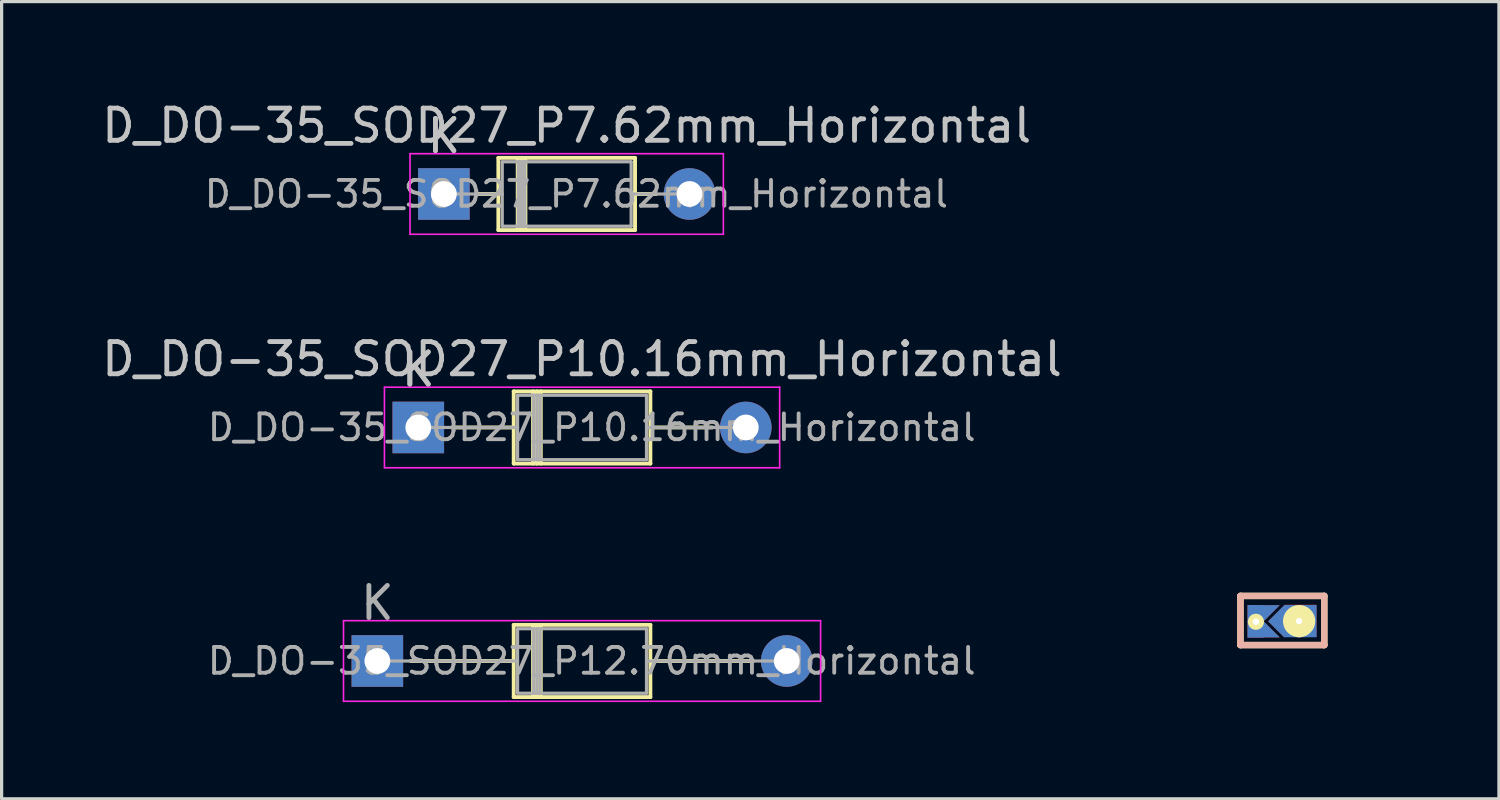
<source format=kicad_pcb>
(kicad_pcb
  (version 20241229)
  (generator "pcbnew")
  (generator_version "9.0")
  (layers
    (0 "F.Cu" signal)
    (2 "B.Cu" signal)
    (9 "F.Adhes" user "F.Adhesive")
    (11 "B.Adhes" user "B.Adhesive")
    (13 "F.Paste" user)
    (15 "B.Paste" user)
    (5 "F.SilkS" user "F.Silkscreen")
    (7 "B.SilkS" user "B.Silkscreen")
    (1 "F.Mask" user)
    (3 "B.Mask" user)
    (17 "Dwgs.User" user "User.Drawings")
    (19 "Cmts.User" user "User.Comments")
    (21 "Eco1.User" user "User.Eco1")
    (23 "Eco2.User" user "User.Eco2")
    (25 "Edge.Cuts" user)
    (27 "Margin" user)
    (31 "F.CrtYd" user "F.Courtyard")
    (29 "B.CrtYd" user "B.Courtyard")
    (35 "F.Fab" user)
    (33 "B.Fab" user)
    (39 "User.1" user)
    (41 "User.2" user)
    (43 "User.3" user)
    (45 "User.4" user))
  (footprint "D_DO-35_SOD27_P12.70mm_Horizontal"
    (layer "F.Cu")
    (at 8.656 17.455)
    (property "Reference" "D_DO-35_SOD27_P12.70mm_Horizontal" (at 6.35 -2.12 0) (layer "User.1") (effects (font (size 1 1) (thickness 0.15))))
    (attr through_hole)
    (fp_line (start 1.04 0) (end 4.23 0) (stroke (width 0.12) (type solid)) (layer "F.SilkS"))
    (fp_line (start 4.23 -1.12) (end 4.23 1.12) (stroke (width 0.12) (type solid)) (layer "F.SilkS"))
    (fp_line (start 4.23 1.12) (end 8.47 1.12) (stroke (width 0.12) (type solid)) (layer "F.SilkS"))
    (fp_line (start 4.83 -1.12) (end 4.83 1.12) (stroke (width 0.12) (type solid)) (layer "F.SilkS"))
    (fp_line (start 4.95 -1.12) (end 4.95 1.12) (stroke (width 0.12) (type solid)) (layer "F.SilkS"))
    (fp_line (start 5.07 -1.12) (end 5.07 1.12) (stroke (width 0.12) (type solid)) (layer "F.SilkS"))
    (fp_line (start 8.47 -1.12) (end 4.23 -1.12) (stroke (width 0.12) (type solid)) (layer "F.SilkS"))
    (fp_line (start 8.47 1.12) (end 8.47 -1.12) (stroke (width 0.12) (type solid)) (layer "F.SilkS"))
    (fp_line (start 11.66 0) (end 8.47 0) (stroke (width 0.12) (type solid)) (layer "F.SilkS"))
    (fp_line (start -1.05 -1.25) (end -1.05 1.25) (stroke (width 0.05) (type solid)) (layer "F.CrtYd"))
    (fp_line (start -1.05 1.25) (end 13.75 1.25) (stroke (width 0.05) (type solid)) (layer "F.CrtYd"))
    (fp_line (start 13.75 -1.25) (end -1.05 -1.25) (stroke (width 0.05) (type solid)) (layer "F.CrtYd"))
    (fp_line (start 13.75 1.25) (end 13.75 -1.25) (stroke (width 0.05) (type solid)) (layer "F.CrtYd"))
    (fp_line (start 0 0) (end 4.35 0) (stroke (width 0.1) (type solid)) (layer "F.Fab"))
    (fp_line (start 4.35 -1) (end 4.35 1) (stroke (width 0.1) (type solid)) (layer "F.Fab"))
    (fp_line (start 4.35 1) (end 8.35 1) (stroke (width 0.1) (type solid)) (layer "F.Fab"))
    (fp_line (start 4.85 -1) (end 4.85 1) (stroke (width 0.1) (type solid)) (layer "F.Fab"))
    (fp_line (start 4.95 -1) (end 4.95 1) (stroke (width 0.1) (type solid)) (layer "F.Fab"))
    (fp_line (start 5.05 -1) (end 5.05 1) (stroke (width 0.1) (type solid)) (layer "F.Fab"))
    (fp_line (start 8.35 -1) (end 4.35 -1) (stroke (width 0.1) (type solid)) (layer "F.Fab"))
    (fp_line (start 8.35 1) (end 8.35 -1) (stroke (width 0.1) (type solid)) (layer "F.Fab"))
    (fp_line (start 12.7 0) (end 8.35 0) (stroke (width 0.1) (type solid)) (layer "F.Fab"))
    (fp_text user "${REFERENCE}" (at 6.65 0 0) (layer "F.Fab") (effects (font (size 0.8 0.8) (thickness 0.12))))
    (fp_text user "K" (at 0 -1.8 0) (layer "F.Fab") (effects (font (size 1 1) (thickness 0.15))))
    (fp_text user "K" (at 0 -1.8 0) (layer "User.1") (effects (font (size 1 1) (thickness 0.15))))
    (pad "1" thru_hole rect (at 0 0) (size 1.6 1.6) (drill 0.8) (layers "*.Cu" "*.Mask"))
    (pad "2" thru_hole oval (at 12.7 0) (size 1.6 1.6) (drill 0.8) (layers "*.Cu" "*.Mask")))
  (footprint "D_DO-35_SOD27_P7.62mm_Horizontal"
    (layer "F.Cu")
    (at 10.72 2.968)
    (property "Reference" "D_DO-35_SOD27_P7.62mm_Horizontal" (at 3.81 -2.12 0) (layer "Dwgs.User") (effects (font (size 1 1) (thickness 0.15))))
    (attr through_hole)
    (fp_line (start 1.04 0) (end 1.69 0) (stroke (width 0.12) (type solid)) (layer "F.SilkS"))
    (fp_line (start 1.69 -1.12) (end 1.69 1.12) (stroke (width 0.12) (type solid)) (layer "F.SilkS"))
    (fp_line (start 1.69 1.12) (end 5.93 1.12) (stroke (width 0.12) (type solid)) (layer "F.SilkS"))
    (fp_line (start 2.29 -1.12) (end 2.29 1.12) (stroke (width 0.12) (type solid)) (layer "F.SilkS"))
    (fp_line (start 2.41 -1.12) (end 2.41 1.12) (stroke (width 0.12) (type solid)) (layer "F.SilkS"))
    (fp_line (start 2.53 -1.12) (end 2.53 1.12) (stroke (width 0.12) (type solid)) (layer "F.SilkS"))
    (fp_line (start 5.93 -1.12) (end 1.69 -1.12) (stroke (width 0.12) (type solid)) (layer "F.SilkS"))
    (fp_line (start 5.93 1.12) (end 5.93 -1.12) (stroke (width 0.12) (type solid)) (layer "F.SilkS"))
    (fp_line (start 6.58 0) (end 5.93 0) (stroke (width 0.12) (type solid)) (layer "F.SilkS"))
    (fp_line (start -1.05 -1.25) (end -1.05 1.25) (stroke (width 0.05) (type solid)) (layer "F.CrtYd"))
    (fp_line (start -1.05 1.25) (end 8.67 1.25) (stroke (width 0.05) (type solid)) (layer "F.CrtYd"))
    (fp_line (start 8.67 -1.25) (end -1.05 -1.25) (stroke (width 0.05) (type solid)) (layer "F.CrtYd"))
    (fp_line (start 8.67 1.25) (end 8.67 -1.25) (stroke (width 0.05) (type solid)) (layer "F.CrtYd"))
    (fp_line (start 0 0) (end 1.81 0) (stroke (width 0.1) (type solid)) (layer "F.Fab"))
    (fp_line (start 1.81 -1) (end 1.81 1) (stroke (width 0.1) (type solid)) (layer "F.Fab"))
    (fp_line (start 1.81 1) (end 5.81 1) (stroke (width 0.1) (type solid)) (layer "F.Fab"))
    (fp_line (start 2.31 -1) (end 2.31 1) (stroke (width 0.1) (type solid)) (layer "F.Fab"))
    (fp_line (start 2.41 -1) (end 2.41 1) (stroke (width 0.1) (type solid)) (layer "F.Fab"))
    (fp_line (start 2.51 -1) (end 2.51 1) (stroke (width 0.1) (type solid)) (layer "F.Fab"))
    (fp_line (start 5.81 -1) (end 1.81 -1) (stroke (width 0.1) (type solid)) (layer "F.Fab"))
    (fp_line (start 5.81 1) (end 5.81 -1) (stroke (width 0.1) (type solid)) (layer "F.Fab"))
    (fp_line (start 7.62 0) (end 5.81 0) (stroke (width 0.1) (type solid)) (layer "F.Fab"))
    (fp_text user "K" (at 0 -1.8 0) (layer "Dwgs.User") (effects (font (size 1 1) (thickness 0.15))))
    (fp_text user "${REFERENCE}" (at 4.11 0 0) (layer "F.Fab") (effects (font (size 0.8 0.8) (thickness 0.12))))
    (fp_text user "K" (at 0 -1.8 0) (layer "F.Fab") (effects (font (size 1 1) (thickness 0.15))))
    (pad "1" thru_hole rect (at 0 0) (size 1.6 1.6) (drill 0.8) (layers "*.Cu" "*.Mask"))
    (pad "2" thru_hole oval (at 7.62 0) (size 1.6 1.6) (drill 0.8) (layers "*.Cu" "*.Mask")))
  (footprint "D_DO-35_SOD27_P10.16mm_Horizontal"
    (layer "F.Cu")
    (at 9.926 10.211)
    (property "Reference" "D_DO-35_SOD27_P10.16mm_Horizontal" (at 5.08 -2.12 0) (layer "Dwgs.User") (effects (font (size 1 1) (thickness 0.15))))
    (attr through_hole)
    (fp_line (start 1.04 0) (end 2.96 0) (stroke (width 0.12) (type solid)) (layer "F.SilkS"))
    (fp_line (start 2.96 -1.12) (end 2.96 1.12) (stroke (width 0.12) (type solid)) (layer "F.SilkS"))
    (fp_line (start 2.96 1.12) (end 7.2 1.12) (stroke (width 0.12) (type solid)) (layer "F.SilkS"))
    (fp_line (start 3.56 -1.12) (end 3.56 1.12) (stroke (width 0.12) (type solid)) (layer "F.SilkS"))
    (fp_line (start 3.68 -1.12) (end 3.68 1.12) (stroke (width 0.12) (type solid)) (layer "F.SilkS"))
    (fp_line (start 3.8 -1.12) (end 3.8 1.12) (stroke (width 0.12) (type solid)) (layer "F.SilkS"))
    (fp_line (start 7.2 -1.12) (end 2.96 -1.12) (stroke (width 0.12) (type solid)) (layer "F.SilkS"))
    (fp_line (start 7.2 1.12) (end 7.2 -1.12) (stroke (width 0.12) (type solid)) (layer "F.SilkS"))
    (fp_line (start 9.12 0) (end 7.2 0) (stroke (width 0.12) (type solid)) (layer "F.SilkS"))
    (fp_line (start -1.05 -1.25) (end -1.05 1.25) (stroke (width 0.05) (type solid)) (layer "F.CrtYd"))
    (fp_line (start -1.05 1.25) (end 11.21 1.25) (stroke (width 0.05) (type solid)) (layer "F.CrtYd"))
    (fp_line (start 11.21 -1.25) (end -1.05 -1.25) (stroke (width 0.05) (type solid)) (layer "F.CrtYd"))
    (fp_line (start 11.21 1.25) (end 11.21 -1.25) (stroke (width 0.05) (type solid)) (layer "F.CrtYd"))
    (fp_line (start 0 0) (end 3.08 0) (stroke (width 0.1) (type solid)) (layer "F.Fab"))
    (fp_line (start 3.08 -1) (end 3.08 1) (stroke (width 0.1) (type solid)) (layer "F.Fab"))
    (fp_line (start 3.08 1) (end 7.08 1) (stroke (width 0.1) (type solid)) (layer "F.Fab"))
    (fp_line (start 3.58 -1) (end 3.58 1) (stroke (width 0.1) (type solid)) (layer "F.Fab"))
    (fp_line (start 3.68 -1) (end 3.68 1) (stroke (width 0.1) (type solid)) (layer "F.Fab"))
    (fp_line (start 3.78 -1) (end 3.78 1) (stroke (width 0.1) (type solid)) (layer "F.Fab"))
    (fp_line (start 7.08 -1) (end 3.08 -1) (stroke (width 0.1) (type solid)) (layer "F.Fab"))
    (fp_line (start 7.08 1) (end 7.08 -1) (stroke (width 0.1) (type solid)) (layer "F.Fab"))
    (fp_line (start 10.16 0) (end 7.08 0) (stroke (width 0.1) (type solid)) (layer "F.Fab"))
    (fp_text user "K" (at 0 -1.8 0) (layer "Dwgs.User") (effects (font (size 1 1) (thickness 0.15))))
    (fp_text user "${REFERENCE}" (at 5.38 0 0) (layer "F.Fab") (effects (font (size 0.8 0.8) (thickness 0.12))))
    (fp_text user "K" (at 0 -1.8 0) (layer "F.Fab") (effects (font (size 1 1) (thickness 0.15))))
    (pad "1" thru_hole rect (at 0 0) (size 1.6 1.6) (drill 0.8) (layers "*.Cu" "*.Mask"))
    (pad "2" thru_hole oval (at 10.16 0) (size 1.6 1.6) (drill 0.8) (layers "*.Cu" "*.Mask")))
  (footprint "JUMPER_SMD_2DUB"
    (layer "F.Cu")
    (at 36.731 16.199)
    (property "Reference" "JUMPER_SMD_2DUB" (at 0 -1.245 0) (layer "User.1") (effects (font (size 0.5 0.5) (thickness 0.1))))
    (attr through_hole)
    (fp_line (start -1.3 -0.762) (end 1.3 -0.762) (stroke (width 0.2) (type solid)) (layer "F.SilkS"))
    (fp_line (start -1.3 0.762) (end -1.3 -0.762) (stroke (width 0.2) (type solid)) (layer "F.SilkS"))
    (fp_line (start 1.3 -0.762) (end 1.3 0.762) (stroke (width 0.2) (type solid)) (layer "F.SilkS"))
    (fp_line (start 1.3 0.762) (end -1.3 0.762) (stroke (width 0.2) (type solid)) (layer "F.SilkS"))
    (fp_line (start -1.3 -0.762) (end 1.3 -0.762) (stroke (width 0.2) (type solid)) (layer "B.SilkS"))
    (fp_line (start -1.3 0.762) (end -1.3 -0.762) (stroke (width 0.2) (type solid)) (layer "B.SilkS"))
    (fp_line (start 1.3 -0.762) (end 1.3 0.762) (stroke (width 0.2) (type solid)) (layer "B.SilkS"))
    (fp_line (start 1.3 0.762) (end -1.3 0.762) (stroke (width 0.2) (type solid)) (layer "B.SilkS"))
    (pad "1" smd rect (at -0.831 0.025 180) (size 0.5 1) (layers "F.Cu" "F.Mask" "F.Paste"))
    (pad "1" smd rect (at -0.831 0.025 180) (size 0.5 1) (layers "B.Cu" "B.Mask" "B.Paste"))
    (pad "1" thru_hole circle (at -0.82 0.04) (size 0.5 0.5) (drill 0.2) (layers "*.Cu" "*.Mask" "F.SilkS"))
    (pad "1" smd trapezoid (at -0.581 -0.225 180) (size 0.5 0.5) (rect_delta 0 0.5) (layers "F.Cu" "F.Mask" "F.Paste"))
    (pad "1" smd trapezoid (at -0.581 -0.225 180) (size 0.5 0.5) (rect_delta 0 0.5) (layers "B.Cu" "B.Mask" "B.Paste"))
    (pad "1" smd trapezoid (at -0.581 0.275) (size 0.5 0.5) (rect_delta 0 0.5) (layers "F.Cu" "F.Mask" "F.Paste"))
    (pad "1" smd trapezoid (at -0.581 0.275) (size 0.5 0.5) (rect_delta 0 0.5) (layers "B.Cu" "B.Mask" "B.Paste"))
    (pad "2" smd rect (at 0.059 0.025 45) (size 0.707 0.707) (layers "F.Cu" "F.Mask" "F.Paste"))
    (pad "2" smd rect (at 0.059 0.025 45) (size 0.707 0.707) (layers "B.Cu" "B.Mask" "B.Paste"))
    (pad "2" thru_hole circle (at 0.52 0.02) (size 1 1) (drill 0.2) (layers "*.Cu" "*.Mask" "F.SilkS"))
    (pad "2" smd rect (at 0.56 0.01) (size 1 1) (layers "F.Cu" "F.Mask" "F.Paste"))
    (pad "2" smd rect (at 0.56 0.02) (size 1 1) (layers "B.Cu" "B.Mask" "B.Paste")))
  (gr_rect
    (start -3 -3)
    (end 43.45 21.73)
    (stroke (width 0.1) (type default))
    (fill no)
    (layer "Edge.Cuts")))
</source>
